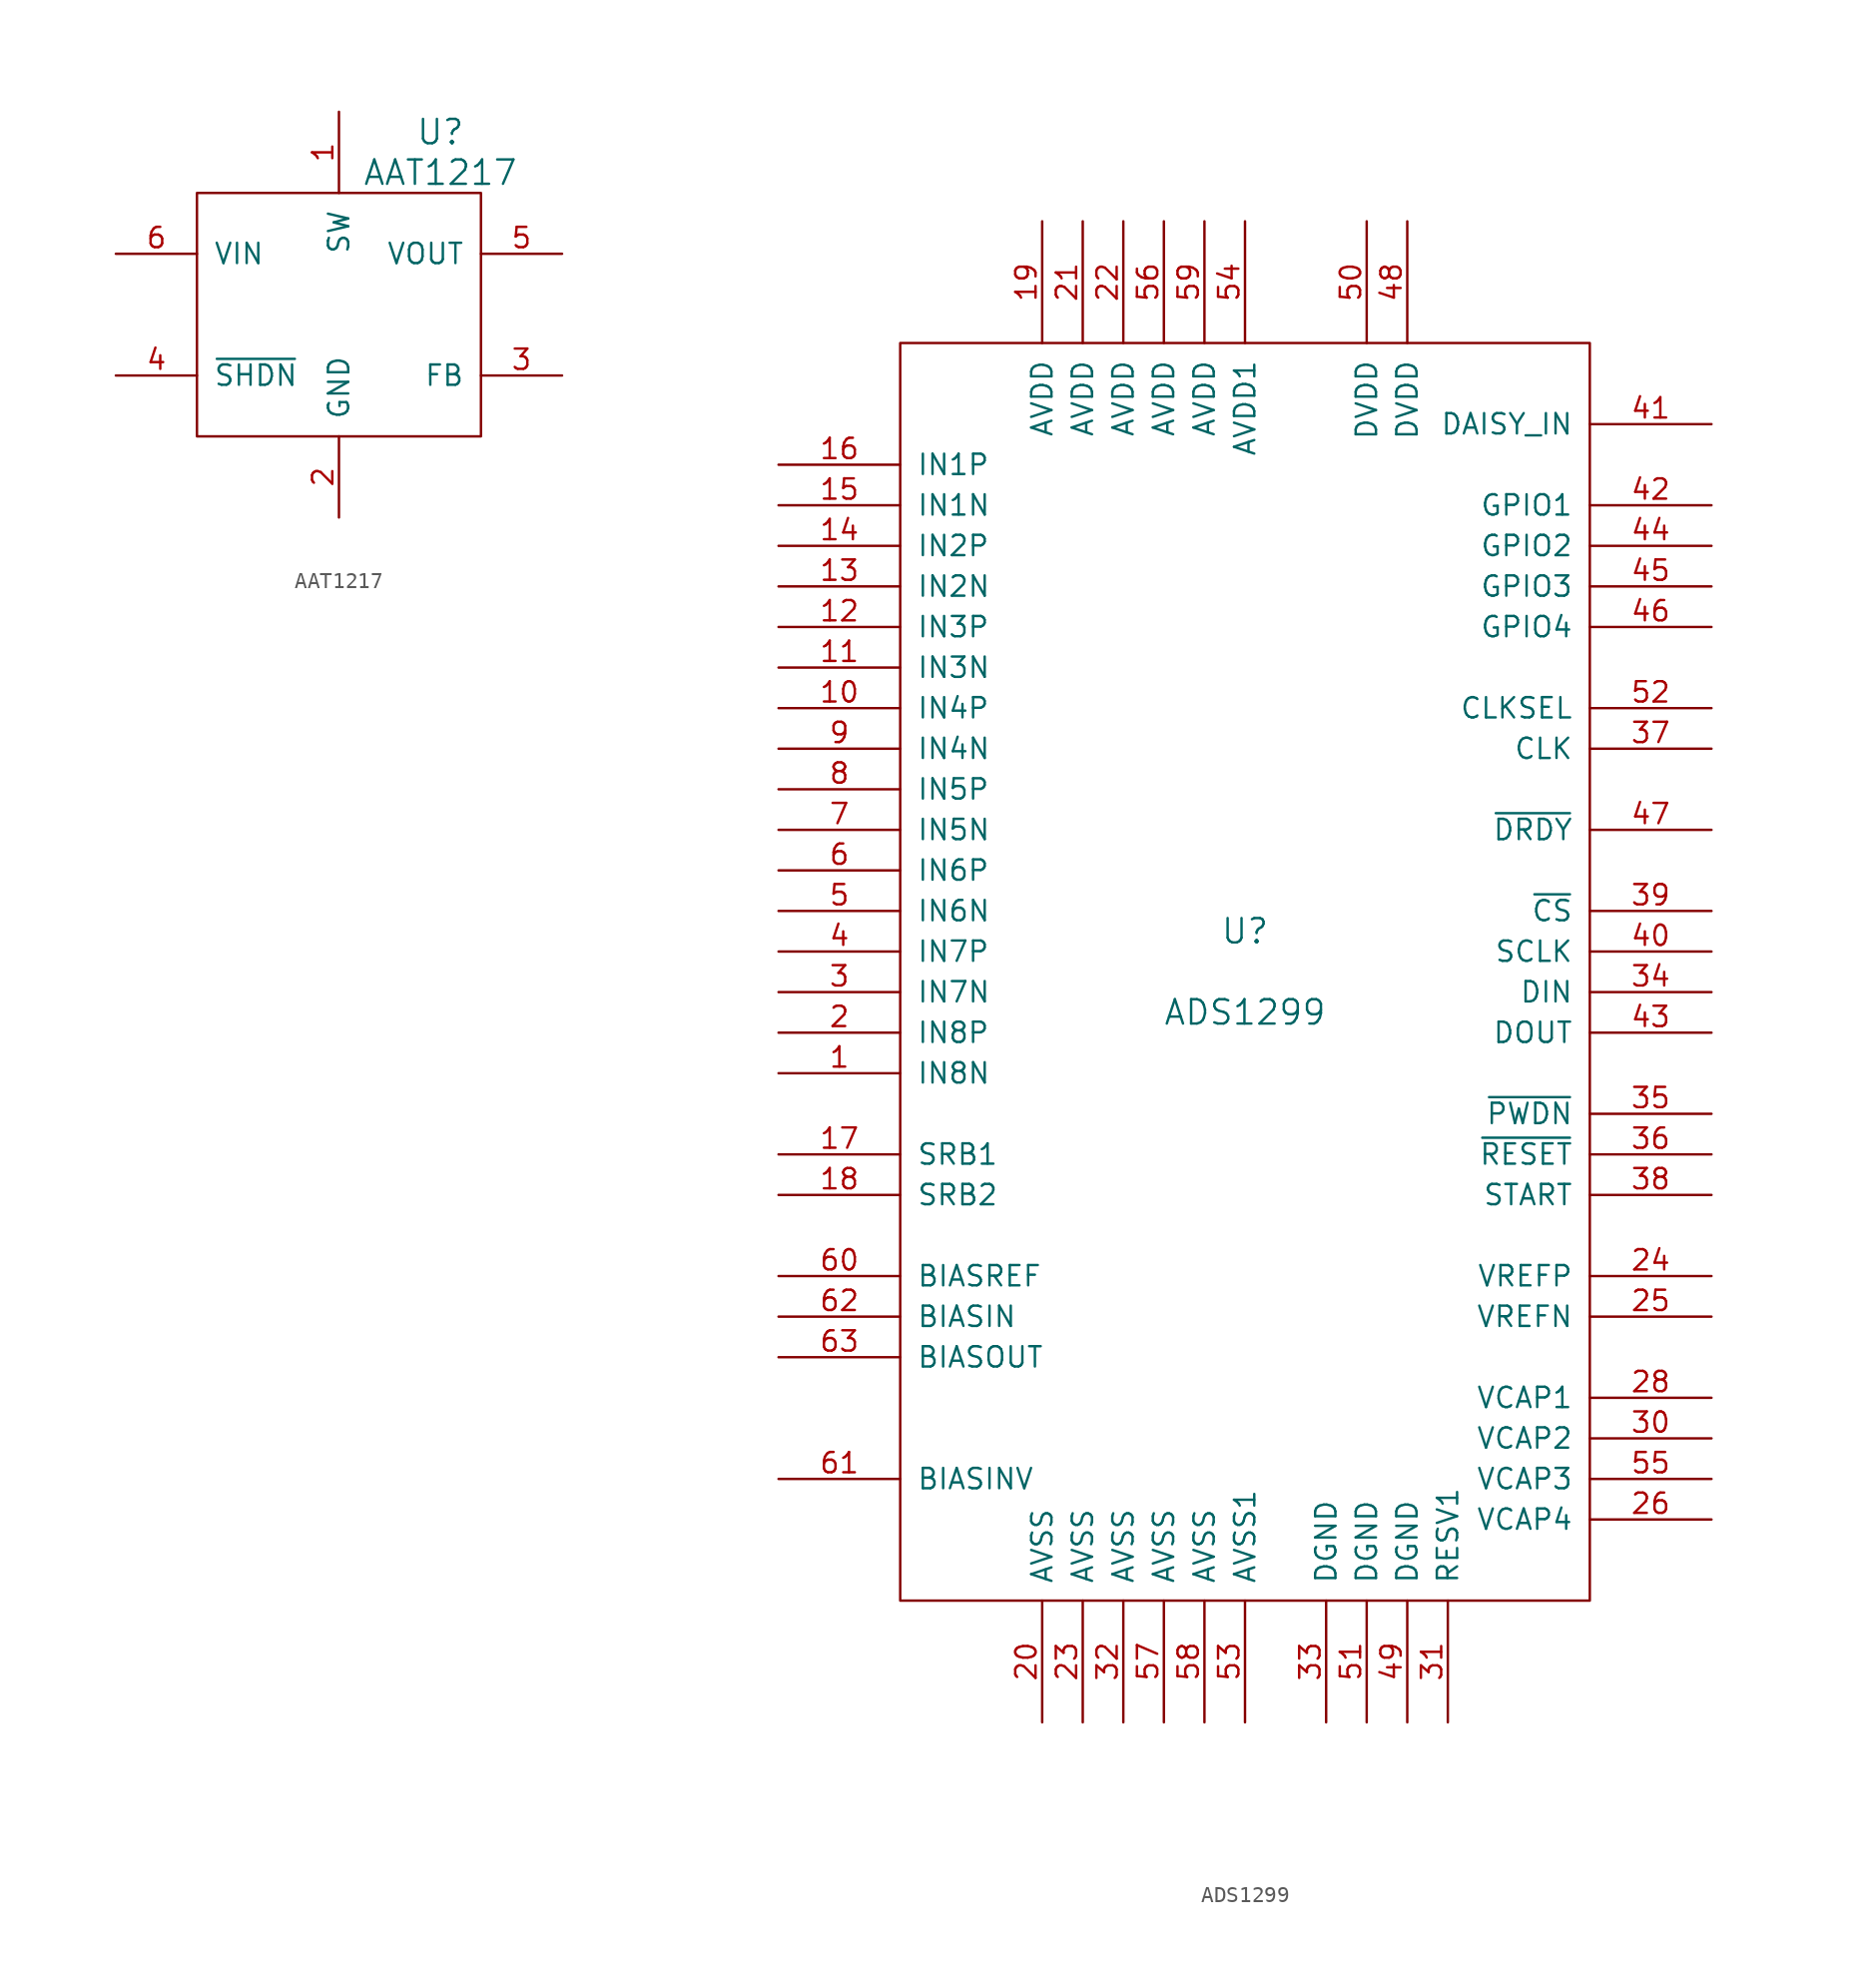
<source format=kicad_sym>
(kicad_symbol_lib
  (version 20241209)
  (generator "kicad_symbol_editor")
  (generator_version "9.0")
  (symbol "AAT1217"
    (pin_names
      (offset 1.016))
    (property "Reference" "U"
      (at 6.35 11.43 0)
      (effects (font (size 1.524 1.524))))
    (property "Value" "AAT1217"
      (at 6.35 8.89 0)
      (effects (font (size 1.524 1.524))))
    (symbol "AAT1217_0_1"
      (rectangle (start -8.89 7.62) (end 8.89 -7.62) (stroke (width 0) (type default)) (fill (type none))))
    (symbol "AAT1217_1_1"
      (pin power_in line (at -13.97 3.81 0) (length 5.08) (name "VIN" (effects (font (size 1.27 1.27)))) (number "6" (effects (font (size 1.27 1.27)))))
      (pin input line (at -13.97 -3.81 0) (length 5.08) (name "~{SHDN}" (effects (font (size 1.27 1.27)))) (number "4" (effects (font (size 1.27 1.27)))))
      (pin power_out line (at 0 12.7 270) (length 5.08) (name "SW" (effects (font (size 1.27 1.27)))) (number "1" (effects (font (size 1.27 1.27)))))
      (pin power_in line (at 0 -12.7 90) (length 5.08) (name "GND" (effects (font (size 1.27 1.27)))) (number "2" (effects (font (size 1.27 1.27)))))
      (pin power_out line (at 13.97 3.81 180) (length 5.08) (name "VOUT" (effects (font (size 1.27 1.27)))) (number "5" (effects (font (size 1.27 1.27)))))
      (pin input line (at 13.97 -3.81 180) (length 5.08) (name "FB" (effects (font (size 1.27 1.27)))) (number "3" (effects (font (size 1.27 1.27)))))))
  (symbol "ADS1299"
    (pin_names
      (offset 1.016))
    (property "Reference" "U"
      (at 0 2.54 0)
      (effects (font (size 1.524 1.524))))
    (property "Value" "ADS1299"
      (at 0 -2.54 0)
      (effects (font (size 1.524 1.524))))
    (property "Footprint" ""
      (at 0 2.54 0)
      (effects (font (size 1.524 1.524))))
    (property "Datasheet" ""
      (at 0 2.54 0)
      (effects (font (size 1.524 1.524))))
    (symbol "ADS1299_0_1"
      (rectangle (start -21.59 39.37) (end 21.59 -39.37) (stroke (width 0) (type default)) (fill (type none))))
    (symbol "ADS1299_1_1"
      (pin no_connect line (at -29.21 36.83 0) (length 7.62) (hide yes) (name "RESERVED" (effects (font (size 1.27 1.27)))) (number "64" (effects (font (size 1.27 1.27)))))
      (pin input line (at -29.21 31.75 0) (length 7.62) (name "IN1P" (effects (font (size 1.27 1.27)))) (number "16" (effects (font (size 1.27 1.27)))))
      (pin input line (at -29.21 29.21 0) (length 7.62) (name "IN1N" (effects (font (size 1.27 1.27)))) (number "15" (effects (font (size 1.27 1.27)))))
      (pin input line (at -29.21 26.67 0) (length 7.62) (name "IN2P" (effects (font (size 1.27 1.27)))) (number "14" (effects (font (size 1.27 1.27)))))
      (pin input line (at -29.21 24.13 0) (length 7.62) (name "IN2N" (effects (font (size 1.27 1.27)))) (number "13" (effects (font (size 1.27 1.27)))))
      (pin input line (at -29.21 21.59 0) (length 7.62) (name "IN3P" (effects (font (size 1.27 1.27)))) (number "12" (effects (font (size 1.27 1.27)))))
      (pin input line (at -29.21 19.05 0) (length 7.62) (name "IN3N" (effects (font (size 1.27 1.27)))) (number "11" (effects (font (size 1.27 1.27)))))
      (pin input line (at -29.21 16.51 0) (length 7.62) (name "IN4P" (effects (font (size 1.27 1.27)))) (number "10" (effects (font (size 1.27 1.27)))))
      (pin input line (at -29.21 13.97 0) (length 7.62) (name "IN4N" (effects (font (size 1.27 1.27)))) (number "9" (effects (font (size 1.27 1.27)))))
      (pin input line (at -29.21 11.43 0) (length 7.62) (name "IN5P" (effects (font (size 1.27 1.27)))) (number "8" (effects (font (size 1.27 1.27)))))
      (pin input line (at -29.21 8.89 0) (length 7.62) (name "IN5N" (effects (font (size 1.27 1.27)))) (number "7" (effects (font (size 1.27 1.27)))))
      (pin input line (at -29.21 6.35 0) (length 7.62) (name "IN6P" (effects (font (size 1.27 1.27)))) (number "6" (effects (font (size 1.27 1.27)))))
      (pin input line (at -29.21 3.81 0) (length 7.62) (name "IN6N" (effects (font (size 1.27 1.27)))) (number "5" (effects (font (size 1.27 1.27)))))
      (pin input line (at -29.21 1.27 0) (length 7.62) (name "IN7P" (effects (font (size 1.27 1.27)))) (number "4" (effects (font (size 1.27 1.27)))))
      (pin input line (at -29.21 -1.27 0) (length 7.62) (name "IN7N" (effects (font (size 1.27 1.27)))) (number "3" (effects (font (size 1.27 1.27)))))
      (pin input line (at -29.21 -3.81 0) (length 7.62) (name "IN8P" (effects (font (size 1.27 1.27)))) (number "2" (effects (font (size 1.27 1.27)))))
      (pin input line (at -29.21 -6.35 0) (length 7.62) (name "IN8N" (effects (font (size 1.27 1.27)))) (number "1" (effects (font (size 1.27 1.27)))))
      (pin bidirectional line (at -29.21 -11.43 0) (length 7.62) (name "SRB1" (effects (font (size 1.27 1.27)))) (number "17" (effects (font (size 1.27 1.27)))))
      (pin bidirectional line (at -29.21 -13.97 0) (length 7.62) (name "SRB2" (effects (font (size 1.27 1.27)))) (number "18" (effects (font (size 1.27 1.27)))))
      (pin input line (at -29.21 -19.05 0) (length 7.62) (name "BIASREF" (effects (font (size 1.27 1.27)))) (number "60" (effects (font (size 1.27 1.27)))))
      (pin input line (at -29.21 -21.59 0) (length 7.62) (name "BIASIN" (effects (font (size 1.27 1.27)))) (number "62" (effects (font (size 1.27 1.27)))))
      (pin output line (at -29.21 -24.13 0) (length 7.62) (name "BIASOUT" (effects (font (size 1.27 1.27)))) (number "63" (effects (font (size 1.27 1.27)))))
      (pin bidirectional line (at -29.21 -31.75 0) (length 7.62) (name "BIASINV" (effects (font (size 1.27 1.27)))) (number "61" (effects (font (size 1.27 1.27)))))
      (pin no_connect line (at -29.21 -34.29 0) (length 7.62) (hide yes) (name "NC" (effects (font (size 1.27 1.27)))) (number "27" (effects (font (size 1.27 1.27)))))
      (pin no_connect line (at -29.21 -36.83 0) (length 7.62) (hide yes) (name "NC" (effects (font (size 1.27 1.27)))) (number "29" (effects (font (size 1.27 1.27)))))
      (pin power_in line (at -12.7 46.99 270) (length 7.62) (name "AVDD" (effects (font (size 1.27 1.27)))) (number "19" (effects (font (size 1.27 1.27)))))
      (pin power_in line (at -12.7 -46.99 90) (length 7.62) (name "AVSS" (effects (font (size 1.27 1.27)))) (number "20" (effects (font (size 1.27 1.27)))))
      (pin power_in line (at -10.16 46.99 270) (length 7.62) (name "AVDD" (effects (font (size 1.27 1.27)))) (number "21" (effects (font (size 1.27 1.27)))))
      (pin power_in line (at -10.16 -46.99 90) (length 7.62) (name "AVSS" (effects (font (size 1.27 1.27)))) (number "23" (effects (font (size 1.27 1.27)))))
      (pin power_in line (at -7.62 46.99 270) (length 7.62) (name "AVDD" (effects (font (size 1.27 1.27)))) (number "22" (effects (font (size 1.27 1.27)))))
      (pin power_in line (at -7.62 -46.99 90) (length 7.62) (name "AVSS" (effects (font (size 1.27 1.27)))) (number "32" (effects (font (size 1.27 1.27)))))
      (pin power_in line (at -5.08 46.99 270) (length 7.62) (name "AVDD" (effects (font (size 1.27 1.27)))) (number "56" (effects (font (size 1.27 1.27)))))
      (pin power_in line (at -5.08 -46.99 90) (length 7.62) (name "AVSS" (effects (font (size 1.27 1.27)))) (number "57" (effects (font (size 1.27 1.27)))))
      (pin power_in line (at -2.54 46.99 270) (length 7.62) (name "AVDD" (effects (font (size 1.27 1.27)))) (number "59" (effects (font (size 1.27 1.27)))))
      (pin power_in line (at -2.54 -46.99 90) (length 7.62) (name "AVSS" (effects (font (size 1.27 1.27)))) (number "58" (effects (font (size 1.27 1.27)))))
      (pin power_in line (at 0 46.99 270) (length 7.62) (name "AVDD1" (effects (font (size 1.27 1.27)))) (number "54" (effects (font (size 1.27 1.27)))))
      (pin power_in line (at 0 -46.99 90) (length 7.62) (name "AVSS1" (effects (font (size 1.27 1.27)))) (number "53" (effects (font (size 1.27 1.27)))))
      (pin power_in line (at 5.08 -46.99 90) (length 7.62) (name "DGND" (effects (font (size 1.27 1.27)))) (number "33" (effects (font (size 1.27 1.27)))))
      (pin power_in line (at 7.62 46.99 270) (length 7.62) (name "DVDD" (effects (font (size 1.27 1.27)))) (number "50" (effects (font (size 1.27 1.27)))))
      (pin power_in line (at 7.62 -46.99 90) (length 7.62) (name "DGND" (effects (font (size 1.27 1.27)))) (number "51" (effects (font (size 1.27 1.27)))))
      (pin power_in line (at 10.16 46.99 270) (length 7.62) (name "DVDD" (effects (font (size 1.27 1.27)))) (number "48" (effects (font (size 1.27 1.27)))))
      (pin power_in line (at 10.16 -46.99 90) (length 7.62) (name "DGND" (effects (font (size 1.27 1.27)))) (number "49" (effects (font (size 1.27 1.27)))))
      (pin input line (at 12.7 -46.99 90) (length 7.62) (name "RESV1" (effects (font (size 1.27 1.27)))) (number "31" (effects (font (size 1.27 1.27)))))
      (pin input line (at 29.21 34.29 180) (length 7.62) (name "DAISY_IN" (effects (font (size 1.27 1.27)))) (number "41" (effects (font (size 1.27 1.27)))))
      (pin bidirectional line (at 29.21 29.21 180) (length 7.62) (name "GPIO1" (effects (font (size 1.27 1.27)))) (number "42" (effects (font (size 1.27 1.27)))))
      (pin bidirectional line (at 29.21 26.67 180) (length 7.62) (name "GPIO2" (effects (font (size 1.27 1.27)))) (number "44" (effects (font (size 1.27 1.27)))))
      (pin bidirectional line (at 29.21 24.13 180) (length 7.62) (name "GPIO3" (effects (font (size 1.27 1.27)))) (number "45" (effects (font (size 1.27 1.27)))))
      (pin bidirectional line (at 29.21 21.59 180) (length 7.62) (name "GPIO4" (effects (font (size 1.27 1.27)))) (number "46" (effects (font (size 1.27 1.27)))))
      (pin input line (at 29.21 16.51 180) (length 7.62) (name "CLKSEL" (effects (font (size 1.27 1.27)))) (number "52" (effects (font (size 1.27 1.27)))))
      (pin bidirectional line (at 29.21 13.97 180) (length 7.62) (name "CLK" (effects (font (size 1.27 1.27)))) (number "37" (effects (font (size 1.27 1.27)))))
      (pin output line (at 29.21 8.89 180) (length 7.62) (name "~{DRDY}" (effects (font (size 1.27 1.27)))) (number "47" (effects (font (size 1.27 1.27)))))
      (pin input line (at 29.21 3.81 180) (length 7.62) (name "~{CS}" (effects (font (size 1.27 1.27)))) (number "39" (effects (font (size 1.27 1.27)))))
      (pin input line (at 29.21 1.27 180) (length 7.62) (name "SCLK" (effects (font (size 1.27 1.27)))) (number "40" (effects (font (size 1.27 1.27)))))
      (pin input line (at 29.21 -1.27 180) (length 7.62) (name "DIN" (effects (font (size 1.27 1.27)))) (number "34" (effects (font (size 1.27 1.27)))))
      (pin output line (at 29.21 -3.81 180) (length 7.62) (name "DOUT" (effects (font (size 1.27 1.27)))) (number "43" (effects (font (size 1.27 1.27)))))
      (pin input line (at 29.21 -8.89 180) (length 7.62) (name "~{PWDN}" (effects (font (size 1.27 1.27)))) (number "35" (effects (font (size 1.27 1.27)))))
      (pin input line (at 29.21 -11.43 180) (length 7.62) (name "~{RESET}" (effects (font (size 1.27 1.27)))) (number "36" (effects (font (size 1.27 1.27)))))
      (pin input line (at 29.21 -13.97 180) (length 7.62) (name "START" (effects (font (size 1.27 1.27)))) (number "38" (effects (font (size 1.27 1.27)))))
      (pin bidirectional line (at 29.21 -19.05 180) (length 7.62) (name "VREFP" (effects (font (size 1.27 1.27)))) (number "24" (effects (font (size 1.27 1.27)))))
      (pin input line (at 29.21 -21.59 180) (length 7.62) (name "VREFN" (effects (font (size 1.27 1.27)))) (number "25" (effects (font (size 1.27 1.27)))))
      (pin passive line (at 29.21 -26.67 180) (length 7.62) (name "VCAP1" (effects (font (size 1.27 1.27)))) (number "28" (effects (font (size 1.27 1.27)))))
      (pin passive line (at 29.21 -29.21 180) (length 7.62) (name "VCAP2" (effects (font (size 1.27 1.27)))) (number "30" (effects (font (size 1.27 1.27)))))
      (pin passive line (at 29.21 -31.75 180) (length 7.62) (name "VCAP3" (effects (font (size 1.27 1.27)))) (number "55" (effects (font (size 1.27 1.27)))))
      (pin passive line (at 29.21 -34.29 180) (length 7.62) (name "VCAP4" (effects (font (size 1.27 1.27)))) (number "26" (effects (font (size 1.27 1.27))))))))
</source>
